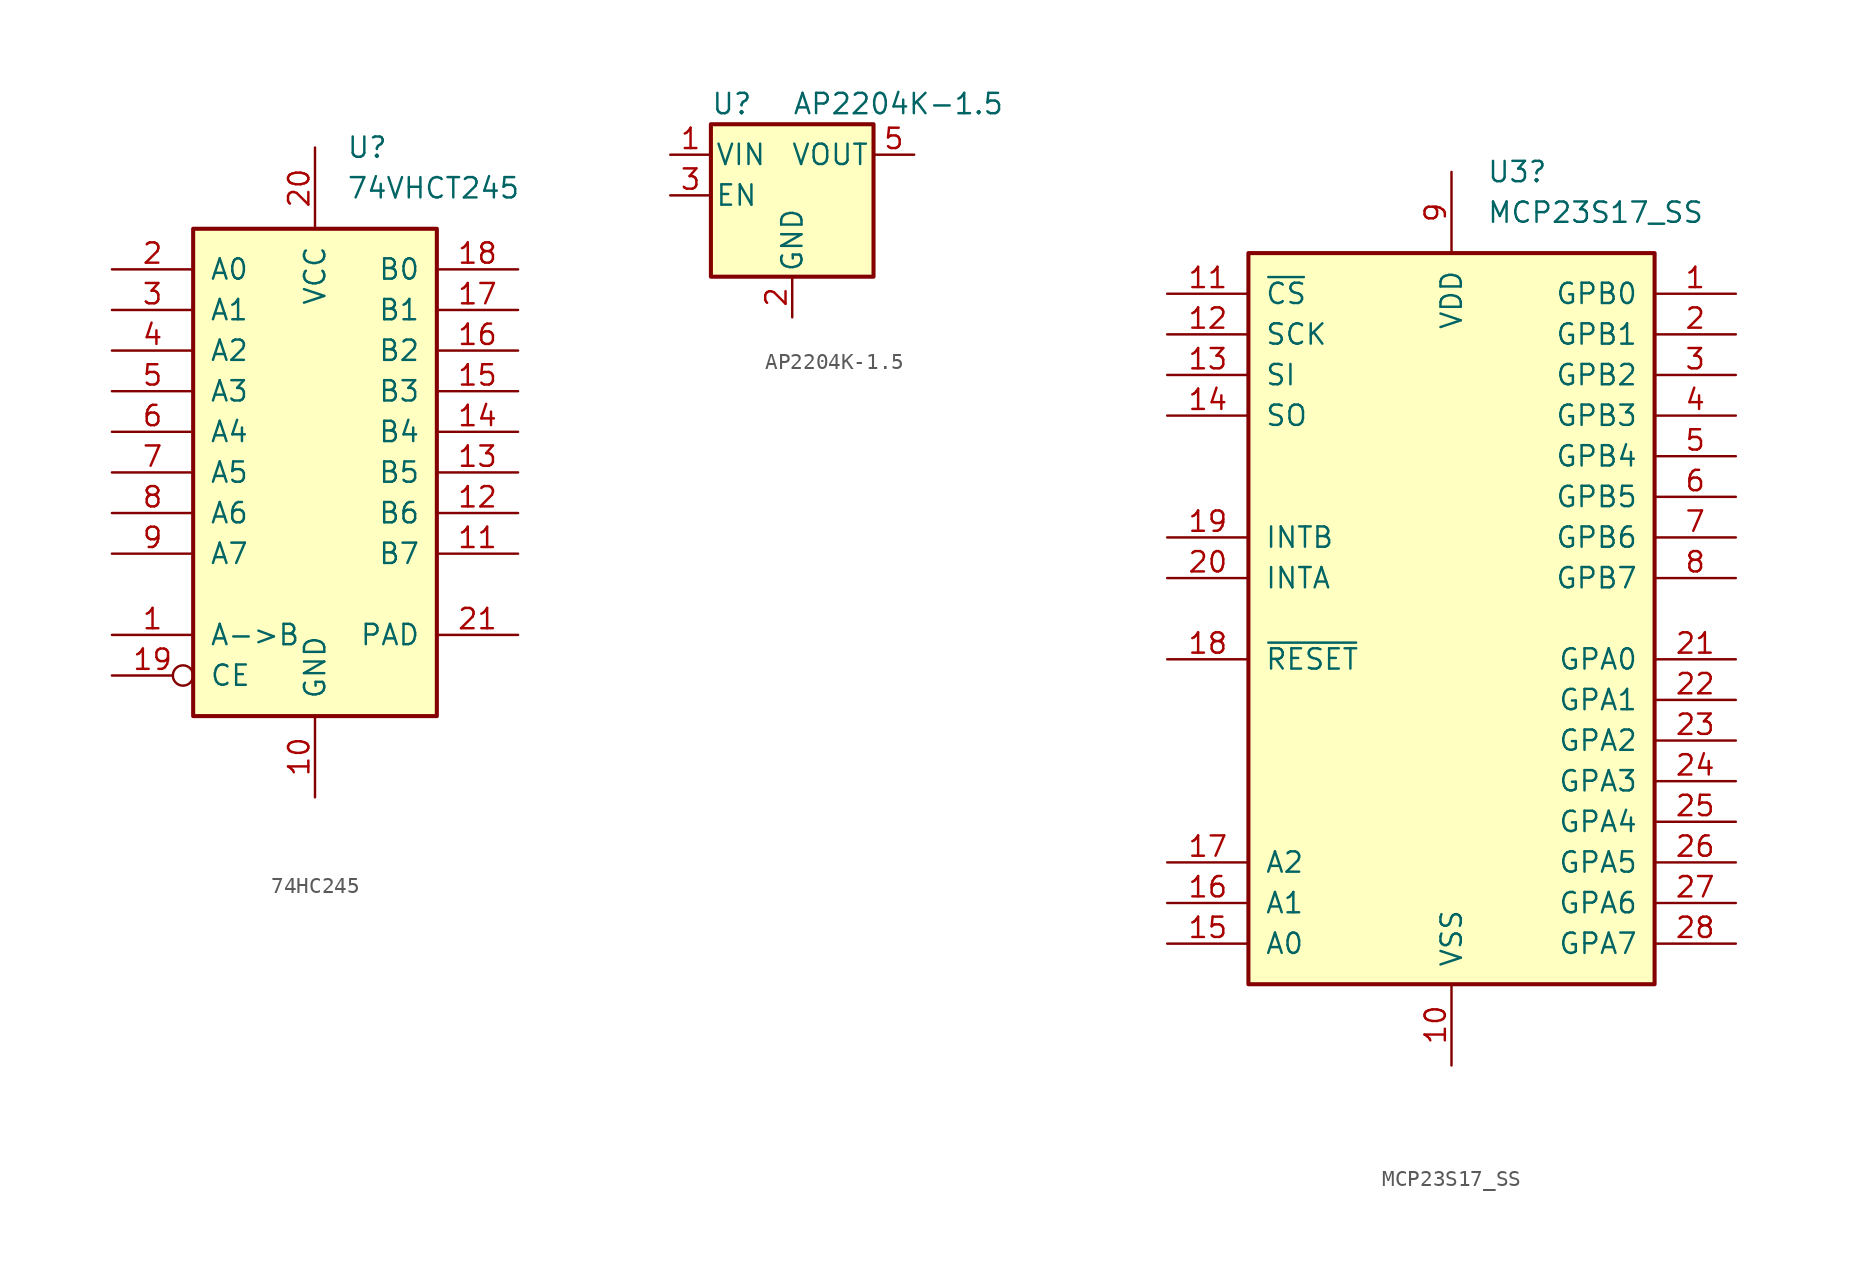
<source format=kicad_sym>
(kicad_symbol_lib
  (version 20231120)
  (generator "kicad_symbol_editor")
  (generator_version "8.0")
  (symbol "74HC245"
    (pin_names
      (offset 1.016))
    (property "Reference" "U"
      (at 1.956 20.32 0)
      (effects (font (size 1.27 1.27)) (justify left)))
    (property "Value" "74VHCT245"
      (at 1.956 17.78 0)
      (effects (font (size 1.27 1.27)) (justify left)))
    (symbol "74HC245_1_0"
      (pin input line (at -12.7 -10.16 0) (length 5.08) (name "A->B" (effects (font (size 1.27 1.27)))) (number "1" (effects (font (size 1.27 1.27)))))
      (pin input line (at 0 -20.32 90) (length 5.08) (name "GND" (effects (font (size 1.27 1.27)))) (number "10" (effects (font (size 1.27 1.27)))))
      (pin tri_state line (at 12.7 -5.08 180) (length 5.08) (name "B7" (effects (font (size 1.27 1.27)))) (number "11" (effects (font (size 1.27 1.27)))))
      (pin tri_state line (at 12.7 -2.54 180) (length 5.08) (name "B6" (effects (font (size 1.27 1.27)))) (number "12" (effects (font (size 1.27 1.27)))))
      (pin tri_state line (at 12.7 0 180) (length 5.08) (name "B5" (effects (font (size 1.27 1.27)))) (number "13" (effects (font (size 1.27 1.27)))))
      (pin tri_state line (at 12.7 2.54 180) (length 5.08) (name "B4" (effects (font (size 1.27 1.27)))) (number "14" (effects (font (size 1.27 1.27)))))
      (pin tri_state line (at 12.7 5.08 180) (length 5.08) (name "B3" (effects (font (size 1.27 1.27)))) (number "15" (effects (font (size 1.27 1.27)))))
      (pin tri_state line (at 12.7 7.62 180) (length 5.08) (name "B2" (effects (font (size 1.27 1.27)))) (number "16" (effects (font (size 1.27 1.27)))))
      (pin tri_state line (at 12.7 10.16 180) (length 5.08) (name "B1" (effects (font (size 1.27 1.27)))) (number "17" (effects (font (size 1.27 1.27)))))
      (pin tri_state line (at 12.7 12.7 180) (length 5.08) (name "B0" (effects (font (size 1.27 1.27)))) (number "18" (effects (font (size 1.27 1.27)))))
      (pin input inverted (at -12.7 -12.7 0) (length 5.08) (name "CE" (effects (font (size 1.27 1.27)))) (number "19" (effects (font (size 1.27 1.27)))))
      (pin tri_state line (at -12.7 12.7 0) (length 5.08) (name "A0" (effects (font (size 1.27 1.27)))) (number "2" (effects (font (size 1.27 1.27)))))
      (pin input line (at 0 20.32 270) (length 5.08) (name "VCC" (effects (font (size 1.27 1.27)))) (number "20" (effects (font (size 1.27 1.27)))))
      (pin tri_state line (at -12.7 10.16 0) (length 5.08) (name "A1" (effects (font (size 1.27 1.27)))) (number "3" (effects (font (size 1.27 1.27)))))
      (pin tri_state line (at -12.7 7.62 0) (length 5.08) (name "A2" (effects (font (size 1.27 1.27)))) (number "4" (effects (font (size 1.27 1.27)))))
      (pin tri_state line (at -12.7 5.08 0) (length 5.08) (name "A3" (effects (font (size 1.27 1.27)))) (number "5" (effects (font (size 1.27 1.27)))))
      (pin tri_state line (at -12.7 2.54 0) (length 5.08) (name "A4" (effects (font (size 1.27 1.27)))) (number "6" (effects (font (size 1.27 1.27)))))
      (pin tri_state line (at -12.7 0 0) (length 5.08) (name "A5" (effects (font (size 1.27 1.27)))) (number "7" (effects (font (size 1.27 1.27)))))
      (pin tri_state line (at -12.7 -2.54 0) (length 5.08) (name "A6" (effects (font (size 1.27 1.27)))) (number "8" (effects (font (size 1.27 1.27)))))
      (pin tri_state line (at -12.7 -5.08 0) (length 5.08) (name "A7" (effects (font (size 1.27 1.27)))) (number "9" (effects (font (size 1.27 1.27))))))
    (symbol "74HC245_1_1"
      (rectangle (start -7.62 15.24) (end 7.62 -15.24) (stroke (width 0.254) (type default)) (fill (type background)))
      (pin tri_state line (at 12.7 -10.16 180) (length 5.08) (name "PAD" (effects (font (size 1.27 1.27)))) (number "21" (effects (font (size 1.27 1.27)))))))
  (symbol "AP2204K-1.5"
    (pin_names
      (offset 0.254))
    (property "Reference" "U"
      (at -5.08 5.715 0)
      (effects (font (size 1.27 1.27)) (justify left)))
    (property "Value" "AP2204K-1.5"
      (at 0 5.715 0)
      (effects (font (size 1.27 1.27)) (justify left)))
    (symbol "AP2204K-1.5_0_1"
      (rectangle (start -5.08 4.445) (end 5.08 -5.08) (stroke (width 0.254) (type default)) (fill (type background))))
    (symbol "AP2204K-1.5_1_1"
      (pin bidirectional line (at -7.62 2.54 0) (length 2.54) (name "VIN" (effects (font (size 1.27 1.27)))) (number "1" (effects (font (size 1.27 1.27)))))
      (pin bidirectional line (at 0 -7.62 90) (length 2.54) (name "GND" (effects (font (size 1.27 1.27)))) (number "2" (effects (font (size 1.27 1.27)))))
      (pin input line (at -7.62 0 0) (length 2.54) (name "EN" (effects (font (size 1.27 1.27)))) (number "3" (effects (font (size 1.27 1.27)))))
      (pin no_connect line (at 5.08 0 180) (length 2.54) hide (name "NC" (effects (font (size 1.27 1.27)))) (number "4" (effects (font (size 1.27 1.27)))))
      (pin power_out line (at 7.62 2.54 180) (length 2.54) (name "VOUT" (effects (font (size 1.27 1.27)))) (number "5" (effects (font (size 1.27 1.27)))))))
  (symbol "MCP23S17_SS"
    (pin_names
      (offset 1.016))
    (property "Reference" "U3"
      (at 2.194 27.94 0)
      (effects (font (size 1.27 1.27)) (justify left)))
    (property "Value" "MCP23S17_SS"
      (at 2.194 25.4 0)
      (effects (font (size 1.27 1.27)) (justify left)))
    (symbol "MCP23S17_SS_0_1"
      (rectangle (start -12.7 22.86) (end 12.7 -22.86) (stroke (width 0.254) (type default)) (fill (type background))))
    (symbol "MCP23S17_SS_1_1"
      (pin bidirectional line (at 17.78 20.32 180) (length 5.08) (name "GPB0" (effects (font (size 1.27 1.27)))) (number "1" (effects (font (size 1.27 1.27)))))
      (pin input line (at 0 -27.94 90) (length 5.08) (name "VSS" (effects (font (size 1.27 1.27)))) (number "10" (effects (font (size 1.27 1.27)))))
      (pin input line (at -17.78 20.32 0) (length 5.08) (name "~{CS}" (effects (font (size 1.27 1.27)))) (number "11" (effects (font (size 1.27 1.27)))))
      (pin input line (at -17.78 17.78 0) (length 5.08) (name "SCK" (effects (font (size 1.27 1.27)))) (number "12" (effects (font (size 1.27 1.27)))))
      (pin input line (at -17.78 15.24 0) (length 5.08) (name "SI" (effects (font (size 1.27 1.27)))) (number "13" (effects (font (size 1.27 1.27)))))
      (pin bidirectional line (at -17.78 12.7 0) (length 5.08) (name "SO" (effects (font (size 1.27 1.27)))) (number "14" (effects (font (size 1.27 1.27)))))
      (pin input line (at -17.78 -20.32 0) (length 5.08) (name "A0" (effects (font (size 1.27 1.27)))) (number "15" (effects (font (size 1.27 1.27)))))
      (pin input line (at -17.78 -17.78 0) (length 5.08) (name "A1" (effects (font (size 1.27 1.27)))) (number "16" (effects (font (size 1.27 1.27)))))
      (pin input line (at -17.78 -15.24 0) (length 5.08) (name "A2" (effects (font (size 1.27 1.27)))) (number "17" (effects (font (size 1.27 1.27)))))
      (pin input line (at -17.78 -2.54 0) (length 5.08) (name "~{RESET}" (effects (font (size 1.27 1.27)))) (number "18" (effects (font (size 1.27 1.27)))))
      (pin tri_state line (at -17.78 5.08 0) (length 5.08) (name "INTB" (effects (font (size 1.27 1.27)))) (number "19" (effects (font (size 1.27 1.27)))))
      (pin bidirectional line (at 17.78 17.78 180) (length 5.08) (name "GPB1" (effects (font (size 1.27 1.27)))) (number "2" (effects (font (size 1.27 1.27)))))
      (pin tri_state line (at -17.78 2.54 0) (length 5.08) (name "INTA" (effects (font (size 1.27 1.27)))) (number "20" (effects (font (size 1.27 1.27)))))
      (pin bidirectional line (at 17.78 -2.54 180) (length 5.08) (name "GPA0" (effects (font (size 1.27 1.27)))) (number "21" (effects (font (size 1.27 1.27)))))
      (pin bidirectional line (at 17.78 -5.08 180) (length 5.08) (name "GPA1" (effects (font (size 1.27 1.27)))) (number "22" (effects (font (size 1.27 1.27)))))
      (pin bidirectional line (at 17.78 -7.62 180) (length 5.08) (name "GPA2" (effects (font (size 1.27 1.27)))) (number "23" (effects (font (size 1.27 1.27)))))
      (pin bidirectional line (at 17.78 -10.16 180) (length 5.08) (name "GPA3" (effects (font (size 1.27 1.27)))) (number "24" (effects (font (size 1.27 1.27)))))
      (pin bidirectional line (at 17.78 -12.7 180) (length 5.08) (name "GPA4" (effects (font (size 1.27 1.27)))) (number "25" (effects (font (size 1.27 1.27)))))
      (pin bidirectional line (at 17.78 -15.24 180) (length 5.08) (name "GPA5" (effects (font (size 1.27 1.27)))) (number "26" (effects (font (size 1.27 1.27)))))
      (pin bidirectional line (at 17.78 -17.78 180) (length 5.08) (name "GPA6" (effects (font (size 1.27 1.27)))) (number "27" (effects (font (size 1.27 1.27)))))
      (pin bidirectional line (at 17.78 -20.32 180) (length 5.08) (name "GPA7" (effects (font (size 1.27 1.27)))) (number "28" (effects (font (size 1.27 1.27)))))
      (pin bidirectional line (at 17.78 15.24 180) (length 5.08) (name "GPB2" (effects (font (size 1.27 1.27)))) (number "3" (effects (font (size 1.27 1.27)))))
      (pin bidirectional line (at 17.78 12.7 180) (length 5.08) (name "GPB3" (effects (font (size 1.27 1.27)))) (number "4" (effects (font (size 1.27 1.27)))))
      (pin bidirectional line (at 17.78 10.16 180) (length 5.08) (name "GPB4" (effects (font (size 1.27 1.27)))) (number "5" (effects (font (size 1.27 1.27)))))
      (pin bidirectional line (at 17.78 7.62 180) (length 5.08) (name "GPB5" (effects (font (size 1.27 1.27)))) (number "6" (effects (font (size 1.27 1.27)))))
      (pin bidirectional line (at 17.78 5.08 180) (length 5.08) (name "GPB6" (effects (font (size 1.27 1.27)))) (number "7" (effects (font (size 1.27 1.27)))))
      (pin bidirectional line (at 17.78 2.54 180) (length 5.08) (name "GPB7" (effects (font (size 1.27 1.27)))) (number "8" (effects (font (size 1.27 1.27)))))
      (pin input line (at 0 27.94 270) (length 5.08) (name "VDD" (effects (font (size 1.27 1.27)))) (number "9" (effects (font (size 1.27 1.27))))))))
</source>
